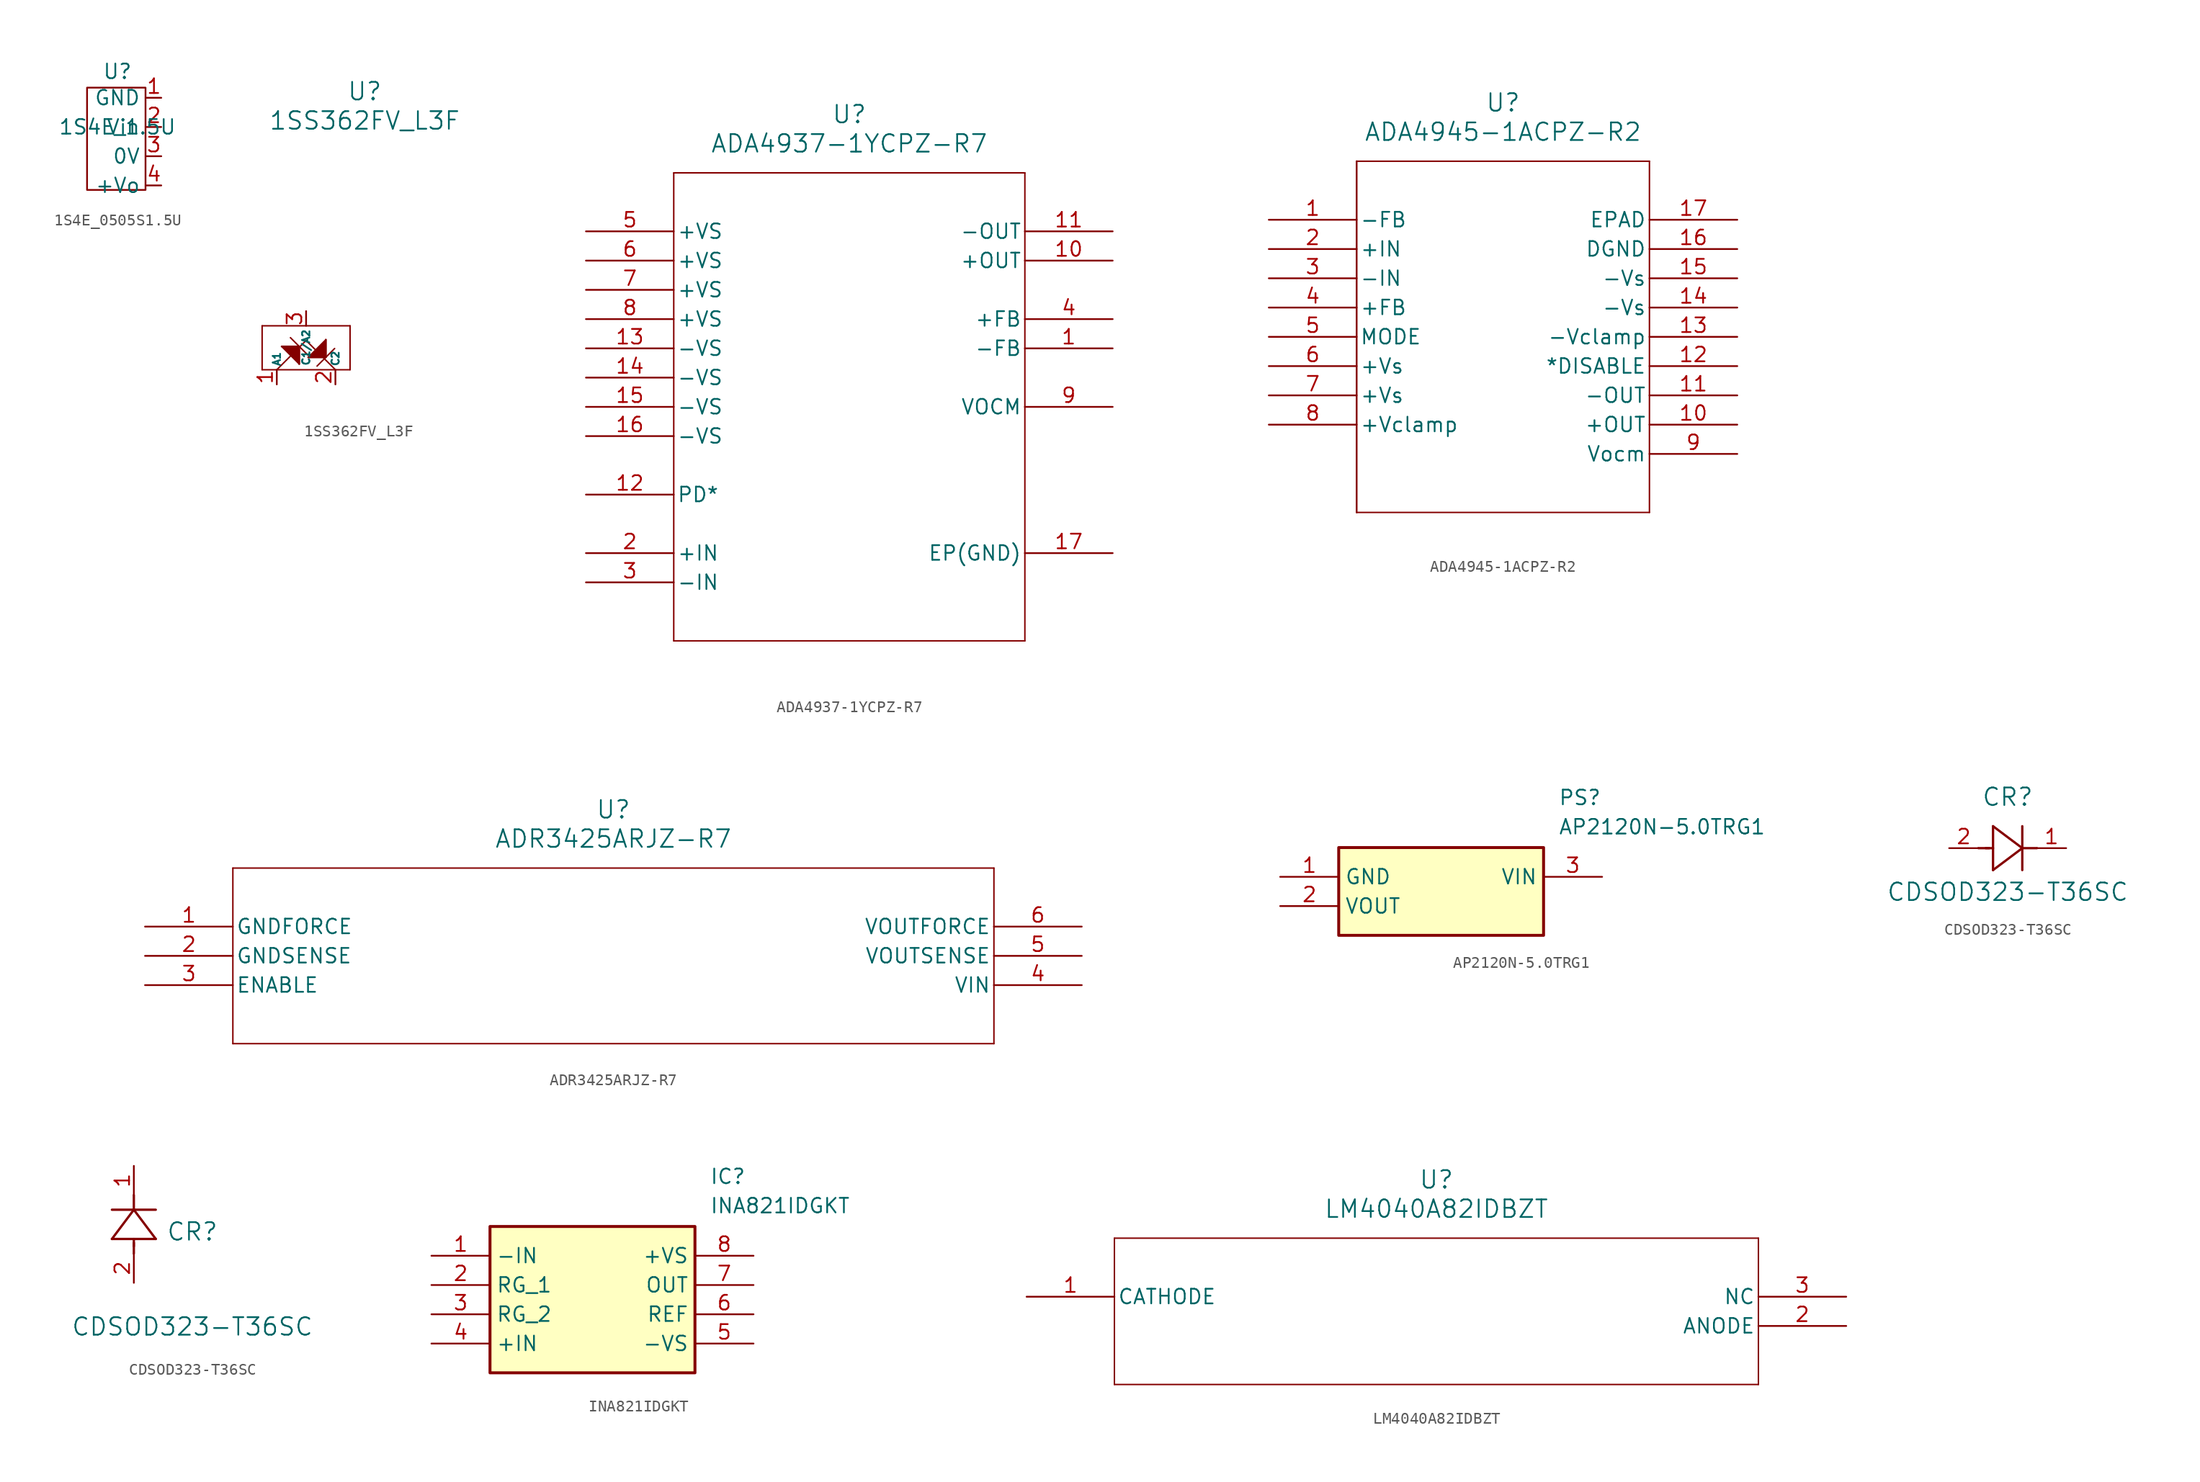
<source format=kicad_sym>
(kicad_symbol_lib
  (version 20231120)
  (generator "kicad_symbol_editor")
  (generator_version "8.0")
  (symbol "1S4E_0505S1.5U"
    (property "Reference" "U"
      (at 0 4.826 0)
      (effects (font (size 1.27 1.27))))
    (property "Value" "1S4E_1.5U"
      (at 0 0 0)
      (effects (font (size 1.27 1.27))))
    (symbol "1S4E_0505S1.5U_0_1"
      (rectangle (start -2.638 3.421) (end 2.442 -5.469) (stroke (width 0) (type default)) (fill (type none))))
    (symbol "1S4E_0505S1.5U_1_1"
      (pin power_out line (at 3.81 2.54 180) (length 1.27) (name "GND" (effects (font (size 1.27 1.27)))) (number "1" (effects (font (size 1.27 1.27)))))
      (pin power_in line (at 3.81 0 180) (length 1.27) (name "Vin" (effects (font (size 1.27 1.27)))) (number "2" (effects (font (size 1.27 1.27)))))
      (pin power_out line (at 3.81 -2.54 180) (length 1.27) (name "0V" (effects (font (size 1.27 1.27)))) (number "3" (effects (font (size 1.27 1.27)))))
      (pin power_out line (at 3.81 -5.08 180) (length 1.27) (name "+Vo" (effects (font (size 1.27 1.27)))) (number "4" (effects (font (size 1.27 1.27)))))))
  (symbol "1SS362FV_L3F"
    (pin_names
      (offset 0.254))
    (property "Reference" "U"
      (at 5.08 22.86 0)
      (effects (font (size 1.524 1.524))))
    (property "Value" "1SS362FV_L3F"
      (at 5.08 20.32 0)
      (effects (font (size 1.524 1.524))))
    (property "ki_locked" ""
      (at 0 0 0)
      (effects (font (size 1.27 1.27))))
    (symbol "1SS362FV_L3F_0_1"
      (polyline (pts (xy -3.81 -1.27) (xy 3.81 -1.27)) (stroke (width 0.127) (type default)) (fill (type none)))
      (polyline (pts (xy -3.81 2.54) (xy -3.81 -1.27)) (stroke (width 0.127) (type default)) (fill (type none)))
      (polyline (pts (xy -2.54 -1.27) (xy 0 1.27)) (stroke (width 0.127) (type default)) (fill (type none)))
      (polyline (pts (xy -2.12 0.75) (xy -0.596 -0.774)) (stroke (width 0.127) (type default)) (fill (type none)))
      (polyline (pts (xy -1.358 1.512) (xy 0.166 -0.012)) (stroke (width 0.127) (type default)) (fill (type none)))
      (polyline (pts (xy -0.596 0.75) (xy -2.12 0.75)) (stroke (width 0.127) (type default)) (fill (type none)))
      (polyline (pts (xy -0.596 0.75) (xy -0.596 -0.774)) (stroke (width 0.127) (type default)) (fill (type none)))
      (polyline (pts (xy 0 1.27) (xy 2.54 -1.27)) (stroke (width 0.127) (type default)) (fill (type none)))
      (polyline (pts (xy 0.186 -0.19) (xy 1.71 1.335)) (stroke (width 0.127) (type default)) (fill (type none)))
      (polyline (pts (xy 0.948 -0.952) (xy 2.472 0.573)) (stroke (width 0.127) (type default)) (fill (type none)))
      (polyline (pts (xy 1.71 -0.19) (xy 0.186 -0.19)) (stroke (width 0.127) (type default)) (fill (type none)))
      (polyline (pts (xy 1.71 -0.19) (xy 1.71 1.335)) (stroke (width 0.127) (type default)) (fill (type none)))
      (polyline (pts (xy 3.81 -1.27) (xy 3.81 2.54)) (stroke (width 0.127) (type default)) (fill (type none)))
      (polyline (pts (xy 3.81 2.54) (xy -3.81 2.54)) (stroke (width 0.127) (type default)) (fill (type none)))
      (polyline (pts (xy -2.12 0.75) (xy -0.596 0.75) (xy -0.596 -0.774)) (stroke (width 0) (type default)) (fill (type outline)))
      (polyline (pts (xy 1.71 1.335) (xy 1.71 -0.19) (xy 0.186 -0.19)) (stroke (width 0) (type default)) (fill (type outline))))
    (symbol "1SS362FV_L3F_1_1"
      (pin unspecified line (at -2.54 -2.54 90) (length 1.27) (name "A1" (effects (font (size 0.635 0.635)))) (number "1" (effects (font (size 1.27 1.27)))))
      (pin unspecified line (at 2.54 -2.54 90) (length 1.27) (name "C2" (effects (font (size 0.635 0.635)))) (number "2" (effects (font (size 1.27 1.27)))))
      (pin unspecified line (at 0 3.81 270) (length 1.27) (name "C1/A2" (effects (font (size 0.635 0.635)))) (number "3" (effects (font (size 1.27 1.27)))))))
  (symbol "ADA4937-1YCPZ-R7"
    (pin_names
      (offset 0.254))
    (property "Reference" "U"
      (at 22.86 10.16 0)
      (effects (font (size 1.524 1.524))))
    (property "Value" "ADA4937-1YCPZ-R7"
      (at 22.86 7.62 0)
      (effects (font (size 1.524 1.524))))
    (property "ki_locked" ""
      (at 0 0 0)
      (effects (font (size 1.27 1.27))))
    (symbol "ADA4937-1YCPZ-R7_0_1"
      (polyline (pts (xy 7.62 -35.56) (xy 38.1 -35.56)) (stroke (width 0.127) (type default)) (fill (type none)))
      (polyline (pts (xy 7.62 5.08) (xy 7.62 -35.56)) (stroke (width 0.127) (type default)) (fill (type none)))
      (polyline (pts (xy 38.1 -35.56) (xy 38.1 5.08)) (stroke (width 0.127) (type default)) (fill (type none)))
      (polyline (pts (xy 38.1 5.08) (xy 7.62 5.08)) (stroke (width 0.127) (type default)) (fill (type none)))
      (pin unspecified line (at 45.72 -10.16 180) (length 7.62) (name "-FB" (effects (font (size 1.27 1.27)))) (number "1" (effects (font (size 1.27 1.27)))))
      (pin unspecified line (at 45.72 -2.54 180) (length 7.62) (name "+OUT" (effects (font (size 1.27 1.27)))) (number "10" (effects (font (size 1.27 1.27)))))
      (pin unspecified line (at 45.72 0 180) (length 7.62) (name "-OUT" (effects (font (size 1.27 1.27)))) (number "11" (effects (font (size 1.27 1.27)))))
      (pin unspecified line (at 0 -22.86 0) (length 7.62) (name "PD*" (effects (font (size 1.27 1.27)))) (number "12" (effects (font (size 1.27 1.27)))))
      (pin unspecified line (at 0 -10.16 0) (length 7.62) (name "-VS" (effects (font (size 1.27 1.27)))) (number "13" (effects (font (size 1.27 1.27)))))
      (pin unspecified line (at 0 -12.7 0) (length 7.62) (name "-VS" (effects (font (size 1.27 1.27)))) (number "14" (effects (font (size 1.27 1.27)))))
      (pin unspecified line (at 0 -15.24 0) (length 7.62) (name "-VS" (effects (font (size 1.27 1.27)))) (number "15" (effects (font (size 1.27 1.27)))))
      (pin unspecified line (at 0 -17.78 0) (length 7.62) (name "-VS" (effects (font (size 1.27 1.27)))) (number "16" (effects (font (size 1.27 1.27)))))
      (pin unspecified line (at 45.72 -27.94 180) (length 7.62) (name "EP(GND)" (effects (font (size 1.27 1.27)))) (number "17" (effects (font (size 1.27 1.27)))))
      (pin unspecified line (at 0 -27.94 0) (length 7.62) (name "+IN" (effects (font (size 1.27 1.27)))) (number "2" (effects (font (size 1.27 1.27)))))
      (pin unspecified line (at 0 -30.48 0) (length 7.62) (name "-IN" (effects (font (size 1.27 1.27)))) (number "3" (effects (font (size 1.27 1.27)))))
      (pin unspecified line (at 45.72 -7.62 180) (length 7.62) (name "+FB" (effects (font (size 1.27 1.27)))) (number "4" (effects (font (size 1.27 1.27)))))
      (pin unspecified line (at 0 0 0) (length 7.62) (name "+VS" (effects (font (size 1.27 1.27)))) (number "5" (effects (font (size 1.27 1.27)))))
      (pin unspecified line (at 0 -2.54 0) (length 7.62) (name "+VS" (effects (font (size 1.27 1.27)))) (number "6" (effects (font (size 1.27 1.27)))))
      (pin unspecified line (at 0 -5.08 0) (length 7.62) (name "+VS" (effects (font (size 1.27 1.27)))) (number "7" (effects (font (size 1.27 1.27)))))
      (pin unspecified line (at 0 -7.62 0) (length 7.62) (name "+VS" (effects (font (size 1.27 1.27)))) (number "8" (effects (font (size 1.27 1.27)))))
      (pin unspecified line (at 45.72 -15.24 180) (length 7.62) (name "VOCM" (effects (font (size 1.27 1.27)))) (number "9" (effects (font (size 1.27 1.27)))))))
  (symbol "ADA4945-1ACPZ-R2"
    (pin_names
      (offset 0.254))
    (property "Reference" "U"
      (at 20.32 10.16 0)
      (effects (font (size 1.524 1.524))))
    (property "Value" "ADA4945-1ACPZ-R2"
      (at 20.32 7.62 0)
      (effects (font (size 1.524 1.524))))
    (symbol "ADA4945-1ACPZ-R2_0_1"
      (polyline (pts (xy 7.62 -25.4) (xy 33.02 -25.4)) (stroke (width 0.127) (type default)) (fill (type none)))
      (polyline (pts (xy 33.02 -25.4) (xy 33.02 5.08)) (stroke (width 0.127) (type default)) (fill (type none)))
      (polyline (pts (xy 33.02 5.08) (xy 7.62 5.08)) (stroke (width 0.127) (type default)) (fill (type none))))
    (symbol "ADA4945-1ACPZ-R2_1_1"
      (polyline (pts (xy 7.62 5.08) (xy 7.62 -25.4)) (stroke (width 0) (type default)) (fill (type none)))
      (pin unspecified line (at 0 0 0) (length 7.62) (name "-FB" (effects (font (size 1.27 1.27)))) (number "1" (effects (font (size 1.27 1.27)))))
      (pin unspecified line (at 40.64 -17.78 180) (length 7.62) (name "+OUT" (effects (font (size 1.27 1.27)))) (number "10" (effects (font (size 1.27 1.27)))))
      (pin unspecified line (at 40.64 -15.24 180) (length 7.62) (name "-OUT" (effects (font (size 1.27 1.27)))) (number "11" (effects (font (size 1.27 1.27)))))
      (pin unspecified line (at 40.64 -12.7 180) (length 7.62) (name "*DISABLE" (effects (font (size 1.27 1.27)))) (number "12" (effects (font (size 1.27 1.27)))))
      (pin unspecified line (at 40.64 -10.16 180) (length 7.62) (name "-Vclamp" (effects (font (size 1.27 1.27)))) (number "13" (effects (font (size 1.27 1.27)))))
      (pin unspecified line (at 40.64 -7.62 180) (length 7.62) (name "-Vs" (effects (font (size 1.27 1.27)))) (number "14" (effects (font (size 1.27 1.27)))))
      (pin unspecified line (at 40.64 -5.08 180) (length 7.62) (name "-Vs" (effects (font (size 1.27 1.27)))) (number "15" (effects (font (size 1.27 1.27)))))
      (pin unspecified line (at 40.64 -2.54 180) (length 7.62) (name "DGND" (effects (font (size 1.27 1.27)))) (number "16" (effects (font (size 1.27 1.27)))))
      (pin unspecified line (at 40.64 0 180) (length 7.62) (name "EPAD" (effects (font (size 1.27 1.27)))) (number "17" (effects (font (size 1.27 1.27)))))
      (pin unspecified line (at 0 -2.54 0) (length 7.62) (name "+IN" (effects (font (size 1.27 1.27)))) (number "2" (effects (font (size 1.27 1.27)))))
      (pin unspecified line (at 0 -5.08 0) (length 7.62) (name "-IN" (effects (font (size 1.27 1.27)))) (number "3" (effects (font (size 1.27 1.27)))))
      (pin unspecified line (at 0 -7.62 0) (length 7.62) (name "+FB" (effects (font (size 1.27 1.27)))) (number "4" (effects (font (size 1.27 1.27)))))
      (pin unspecified line (at 0 -10.16 0) (length 7.62) (name "MODE" (effects (font (size 1.27 1.27)))) (number "5" (effects (font (size 1.27 1.27)))))
      (pin unspecified line (at 0 -12.7 0) (length 7.62) (name "+Vs" (effects (font (size 1.27 1.27)))) (number "6" (effects (font (size 1.27 1.27)))))
      (pin unspecified line (at 0 -15.24 0) (length 7.62) (name "+Vs" (effects (font (size 1.27 1.27)))) (number "7" (effects (font (size 1.27 1.27)))))
      (pin unspecified line (at 0 -17.78 0) (length 7.62) (name "+Vclamp" (effects (font (size 1.27 1.27)))) (number "8" (effects (font (size 1.27 1.27)))))
      (pin unspecified line (at 40.64 -20.32 180) (length 7.62) (name "Vocm" (effects (font (size 1.27 1.27)))) (number "9" (effects (font (size 1.27 1.27)))))))
  (symbol "ADR3425ARJZ-R7"
    (pin_names
      (offset 0.254))
    (property "Reference" "U"
      (at 40.64 10.16 0)
      (effects (font (size 1.524 1.524))))
    (property "Value" "ADR3425ARJZ-R7"
      (at 40.64 7.62 0)
      (effects (font (size 1.524 1.524))))
    (property "ki_locked" ""
      (at 0 0 0)
      (effects (font (size 1.27 1.27))))
    (symbol "ADR3425ARJZ-R7_0_1"
      (polyline (pts (xy 7.62 -10.16) (xy 73.66 -10.16)) (stroke (width 0.127) (type default)) (fill (type none)))
      (polyline (pts (xy 7.62 5.08) (xy 7.62 -10.16)) (stroke (width 0.127) (type default)) (fill (type none)))
      (polyline (pts (xy 73.66 -10.16) (xy 73.66 5.08)) (stroke (width 0.127) (type default)) (fill (type none)))
      (polyline (pts (xy 73.66 5.08) (xy 7.62 5.08)) (stroke (width 0.127) (type default)) (fill (type none)))
      (pin power_in line (at 0 0 0) (length 7.62) (name "GNDFORCE" (effects (font (size 1.27 1.27)))) (number "1" (effects (font (size 1.27 1.27)))))
      (pin power_in line (at 0 -2.54 0) (length 7.62) (name "GNDSENSE" (effects (font (size 1.27 1.27)))) (number "2" (effects (font (size 1.27 1.27)))))
      (pin unspecified line (at 0 -5.08 0) (length 7.62) (name "ENABLE" (effects (font (size 1.27 1.27)))) (number "3" (effects (font (size 1.27 1.27)))))
      (pin input line (at 81.28 -5.08 180) (length 7.62) (name "VIN" (effects (font (size 1.27 1.27)))) (number "4" (effects (font (size 1.27 1.27)))))
      (pin output line (at 81.28 -2.54 180) (length 7.62) (name "VOUTSENSE" (effects (font (size 1.27 1.27)))) (number "5" (effects (font (size 1.27 1.27)))))
      (pin output line (at 81.28 0 180) (length 7.62) (name "VOUTFORCE" (effects (font (size 1.27 1.27)))) (number "6" (effects (font (size 1.27 1.27)))))))
  (symbol "AP2120N-5.0TRG1"
    (property "Reference" "PS"
      (at 24.13 7.62 0)
      (effects (font (size 1.27 1.27)) (justify left top)))
    (property "Value" "AP2120N-5.0TRG1"
      (at 24.13 5.08 0)
      (effects (font (size 1.27 1.27)) (justify left top)))
    (symbol "AP2120N-5.0TRG1_1_1"
      (rectangle (start 5.08 2.54) (end 22.86 -5.08) (stroke (width 0.254) (type default)) (fill (type background)))
      (pin passive line (at 0 0 0) (length 5.08) (name "GND" (effects (font (size 1.27 1.27)))) (number "1" (effects (font (size 1.27 1.27)))))
      (pin passive line (at 0 -2.54 0) (length 5.08) (name "VOUT" (effects (font (size 1.27 1.27)))) (number "2" (effects (font (size 1.27 1.27)))))
      (pin passive line (at 27.94 0 180) (length 5.08) (name "VIN" (effects (font (size 1.27 1.27)))) (number "3" (effects (font (size 1.27 1.27)))))))
  (symbol "CDSOD323-T36SC"
    (pin_names
      (offset 0.254))
    (property "Reference" "CR"
      (at 5.08 4.445 0)
      (effects (font (size 1.524 1.524))))
    (property "Value" "CDSOD323-T36SC"
      (at 5.08 -3.81 0)
      (effects (font (size 1.524 1.524))))
    (property "ki_locked" ""
      (at 0 0 0)
      (effects (font (size 1.27 1.27))))
    (symbol "CDSOD323-T36SC_1_1"
      (polyline (pts (xy 2.54 0) (xy 3.48 0)) (stroke (width 0.203) (type default)) (fill (type none)))
      (polyline (pts (xy 3.175 0) (xy 3.81 0)) (stroke (width 0.203) (type default)) (fill (type none)))
      (polyline (pts (xy 3.81 -1.905) (xy 6.35 0)) (stroke (width 0.203) (type default)) (fill (type none)))
      (polyline (pts (xy 3.81 1.905) (xy 3.81 -1.905)) (stroke (width 0.203) (type default)) (fill (type none)))
      (polyline (pts (xy 6.35 -1.905) (xy 6.35 1.905)) (stroke (width 0.203) (type default)) (fill (type none)))
      (polyline (pts (xy 6.35 0) (xy 3.81 1.905)) (stroke (width 0.203) (type default)) (fill (type none)))
      (polyline (pts (xy 6.35 0) (xy 7.62 0)) (stroke (width 0.203) (type default)) (fill (type none)))
      (pin unspecified line (at 10.16 0 180) (length 2.54) (name "" (effects (font (size 1.27 1.27)))) (number "1" (effects (font (size 1.27 1.27)))))
      (pin unspecified line (at 0 0 0) (length 2.54) (name "" (effects (font (size 1.27 1.27)))) (number "2" (effects (font (size 1.27 1.27))))))
    (symbol "CDSOD323-T36SC_1_2"
      (polyline (pts (xy -1.905 3.81) (xy 1.905 3.81)) (stroke (width 0.203) (type default)) (fill (type none)))
      (polyline (pts (xy 0 2.54) (xy 0 3.48)) (stroke (width 0.203) (type default)) (fill (type none)))
      (polyline (pts (xy 0 3.175) (xy 0 3.81)) (stroke (width 0.203) (type default)) (fill (type none)))
      (polyline (pts (xy 0 6.35) (xy -1.905 3.81)) (stroke (width 0.203) (type default)) (fill (type none)))
      (polyline (pts (xy 0 6.35) (xy 0 7.62)) (stroke (width 0.203) (type default)) (fill (type none)))
      (polyline (pts (xy 1.905 3.81) (xy 0 6.35)) (stroke (width 0.203) (type default)) (fill (type none)))
      (polyline (pts (xy 1.905 6.35) (xy -1.905 6.35)) (stroke (width 0.203) (type default)) (fill (type none)))
      (pin unspecified line (at 0 10.16 270) (length 2.54) (name "" (effects (font (size 1.27 1.27)))) (number "1" (effects (font (size 1.27 1.27)))))
      (pin unspecified line (at 0 0 90) (length 2.54) (name "" (effects (font (size 1.27 1.27)))) (number "2" (effects (font (size 1.27 1.27)))))))
  (symbol "INA821IDGKT"
    (property "Reference" "IC"
      (at 24.13 7.62 0)
      (effects (font (size 1.27 1.27)) (justify left top)))
    (property "Value" "INA821IDGKT"
      (at 24.13 5.08 0)
      (effects (font (size 1.27 1.27)) (justify left top)))
    (symbol "INA821IDGKT_1_1"
      (rectangle (start 5.08 2.54) (end 22.86 -10.16) (stroke (width 0.254) (type default)) (fill (type background)))
      (pin input line (at 0 0 0) (length 5.08) (name "-IN" (effects (font (size 1.27 1.27)))) (number "1" (effects (font (size 1.27 1.27)))))
      (pin passive line (at 0 -2.54 0) (length 5.08) (name "RG_1" (effects (font (size 1.27 1.27)))) (number "2" (effects (font (size 1.27 1.27)))))
      (pin passive line (at 0 -5.08 0) (length 5.08) (name "RG_2" (effects (font (size 1.27 1.27)))) (number "3" (effects (font (size 1.27 1.27)))))
      (pin input line (at 0 -7.62 0) (length 5.08) (name "+IN" (effects (font (size 1.27 1.27)))) (number "4" (effects (font (size 1.27 1.27)))))
      (pin power_in line (at 27.94 -7.62 180) (length 5.08) (name "-VS" (effects (font (size 1.27 1.27)))) (number "5" (effects (font (size 1.27 1.27)))))
      (pin passive line (at 27.94 -5.08 180) (length 5.08) (name "REF" (effects (font (size 1.27 1.27)))) (number "6" (effects (font (size 1.27 1.27)))))
      (pin output line (at 27.94 -2.54 180) (length 5.08) (name "OUT" (effects (font (size 1.27 1.27)))) (number "7" (effects (font (size 1.27 1.27)))))
      (pin power_in line (at 27.94 0 180) (length 5.08) (name "+VS" (effects (font (size 1.27 1.27)))) (number "8" (effects (font (size 1.27 1.27)))))))
  (symbol "LM4040A82IDBZT"
    (pin_names
      (offset 0.254))
    (property "Reference" "U"
      (at 35.56 10.16 0)
      (effects (font (size 1.524 1.524))))
    (property "Value" "LM4040A82IDBZT"
      (at 35.56 7.62 0)
      (effects (font (size 1.524 1.524))))
    (symbol "LM4040A82IDBZT_0_1"
      (polyline (pts (xy 7.62 -7.62) (xy 63.5 -7.62)) (stroke (width 0.127) (type default)) (fill (type none)))
      (polyline (pts (xy 7.62 5.08) (xy 7.62 -7.62)) (stroke (width 0.127) (type default)) (fill (type none)))
      (polyline (pts (xy 63.5 -7.62) (xy 63.5 5.08)) (stroke (width 0.127) (type default)) (fill (type none)))
      (polyline (pts (xy 63.5 5.08) (xy 7.62 5.08)) (stroke (width 0.127) (type default)) (fill (type none)))
      (pin unspecified line (at 0 0 0) (length 7.62) (name "CATHODE" (effects (font (size 1.27 1.27)))) (number "1" (effects (font (size 1.27 1.27)))))
      (pin unspecified line (at 71.12 -2.54 180) (length 7.62) (name "ANODE" (effects (font (size 1.27 1.27)))) (number "2" (effects (font (size 1.27 1.27)))))
      (pin unspecified line (at 71.12 0 180) (length 7.62) (name "NC" (effects (font (size 1.27 1.27)))) (number "3" (effects (font (size 1.27 1.27))))))))
</source>
